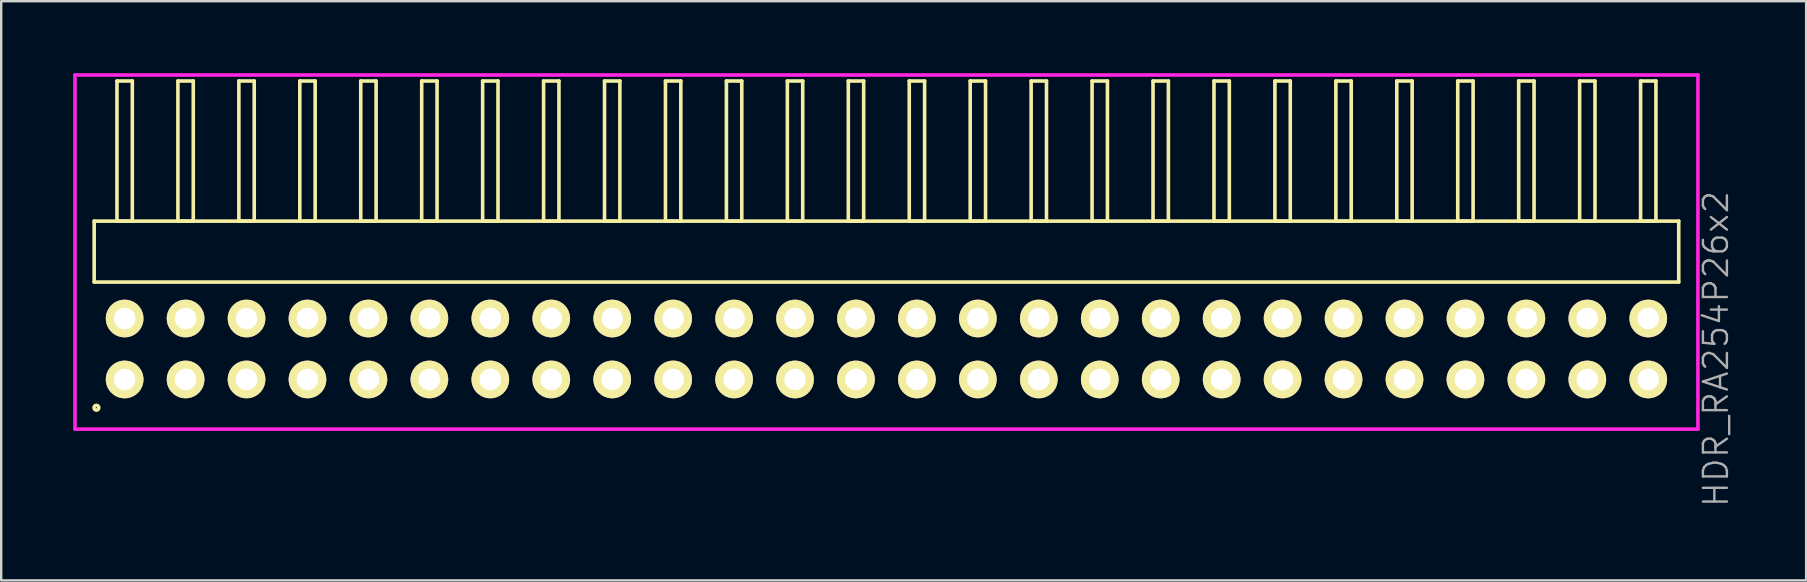
<source format=kicad_pcb>
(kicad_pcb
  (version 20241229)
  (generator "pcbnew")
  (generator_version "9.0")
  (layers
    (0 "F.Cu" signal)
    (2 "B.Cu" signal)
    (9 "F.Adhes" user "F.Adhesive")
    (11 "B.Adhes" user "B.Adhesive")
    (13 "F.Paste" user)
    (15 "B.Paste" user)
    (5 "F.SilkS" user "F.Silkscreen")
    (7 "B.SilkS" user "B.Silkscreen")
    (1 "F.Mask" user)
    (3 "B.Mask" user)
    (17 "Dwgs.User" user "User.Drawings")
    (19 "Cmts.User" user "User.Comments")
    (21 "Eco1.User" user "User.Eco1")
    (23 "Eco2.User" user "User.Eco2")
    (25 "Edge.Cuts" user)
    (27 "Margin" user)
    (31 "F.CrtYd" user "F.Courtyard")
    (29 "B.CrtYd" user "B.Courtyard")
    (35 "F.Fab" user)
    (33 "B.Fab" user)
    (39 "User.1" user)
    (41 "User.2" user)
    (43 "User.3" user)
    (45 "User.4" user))
  (footprint "HDR_RA254P26x2"
    (layer "F.Cu")
    (at 33.895 11.495)
    (property "Reference" "HDR_RA254P26x2" (at 34.57 0 90) (layer "F.Fab") (effects (font (size 1 1) (thickness 0.1))))
    (attr through_hole)
    (fp_line (start -33.02 -5.33) (end -33.02 -2.79) (stroke (width 0.15) (type solid)) (layer "F.SilkS"))
    (fp_line (start -33.02 -2.79) (end 33.02 -2.79) (stroke (width 0.15) (type solid)) (layer "F.SilkS"))
    (fp_line (start -32.07 -11.17) (end -32.07 -5.33) (stroke (width 0.15) (type solid)) (layer "F.SilkS"))
    (fp_line (start -32.07 -5.33) (end -31.43 -5.33) (stroke (width 0.15) (type solid)) (layer "F.SilkS"))
    (fp_line (start -31.43 -11.17) (end -32.07 -11.17) (stroke (width 0.15) (type solid)) (layer "F.SilkS"))
    (fp_line (start -31.43 -5.33) (end -31.43 -11.17) (stroke (width 0.15) (type solid)) (layer "F.SilkS"))
    (fp_line (start -29.53 -11.17) (end -29.53 -5.33) (stroke (width 0.15) (type solid)) (layer "F.SilkS"))
    (fp_line (start -29.53 -5.33) (end -28.89 -5.33) (stroke (width 0.15) (type solid)) (layer "F.SilkS"))
    (fp_line (start -28.89 -11.17) (end -29.53 -11.17) (stroke (width 0.15) (type solid)) (layer "F.SilkS"))
    (fp_line (start -28.89 -5.33) (end -28.89 -11.17) (stroke (width 0.15) (type solid)) (layer "F.SilkS"))
    (fp_line (start -26.99 -11.17) (end -26.99 -5.33) (stroke (width 0.15) (type solid)) (layer "F.SilkS"))
    (fp_line (start -26.99 -5.33) (end -26.35 -5.33) (stroke (width 0.15) (type solid)) (layer "F.SilkS"))
    (fp_line (start -26.35 -11.17) (end -26.99 -11.17) (stroke (width 0.15) (type solid)) (layer "F.SilkS"))
    (fp_line (start -26.35 -5.33) (end -26.35 -11.17) (stroke (width 0.15) (type solid)) (layer "F.SilkS"))
    (fp_line (start -24.45 -11.17) (end -24.45 -5.33) (stroke (width 0.15) (type solid)) (layer "F.SilkS"))
    (fp_line (start -24.45 -5.33) (end -23.81 -5.33) (stroke (width 0.15) (type solid)) (layer "F.SilkS"))
    (fp_line (start -23.81 -11.17) (end -24.45 -11.17) (stroke (width 0.15) (type solid)) (layer "F.SilkS"))
    (fp_line (start -23.81 -5.33) (end -23.81 -11.17) (stroke (width 0.15) (type solid)) (layer "F.SilkS"))
    (fp_line (start -21.91 -11.17) (end -21.91 -5.33) (stroke (width 0.15) (type solid)) (layer "F.SilkS"))
    (fp_line (start -21.91 -5.33) (end -21.27 -5.33) (stroke (width 0.15) (type solid)) (layer "F.SilkS"))
    (fp_line (start -21.27 -11.17) (end -21.91 -11.17) (stroke (width 0.15) (type solid)) (layer "F.SilkS"))
    (fp_line (start -21.27 -5.33) (end -21.27 -11.17) (stroke (width 0.15) (type solid)) (layer "F.SilkS"))
    (fp_line (start -19.37 -11.17) (end -19.37 -5.33) (stroke (width 0.15) (type solid)) (layer "F.SilkS"))
    (fp_line (start -19.37 -5.33) (end -18.73 -5.33) (stroke (width 0.15) (type solid)) (layer "F.SilkS"))
    (fp_line (start -18.73 -11.17) (end -19.37 -11.17) (stroke (width 0.15) (type solid)) (layer "F.SilkS"))
    (fp_line (start -18.73 -5.33) (end -18.73 -11.17) (stroke (width 0.15) (type solid)) (layer "F.SilkS"))
    (fp_line (start -16.83 -11.17) (end -16.83 -5.33) (stroke (width 0.15) (type solid)) (layer "F.SilkS"))
    (fp_line (start -16.83 -5.33) (end -16.19 -5.33) (stroke (width 0.15) (type solid)) (layer "F.SilkS"))
    (fp_line (start -16.19 -11.17) (end -16.83 -11.17) (stroke (width 0.15) (type solid)) (layer "F.SilkS"))
    (fp_line (start -16.19 -5.33) (end -16.19 -11.17) (stroke (width 0.15) (type solid)) (layer "F.SilkS"))
    (fp_line (start -14.29 -11.17) (end -14.29 -5.33) (stroke (width 0.15) (type solid)) (layer "F.SilkS"))
    (fp_line (start -14.29 -5.33) (end -13.65 -5.33) (stroke (width 0.15) (type solid)) (layer "F.SilkS"))
    (fp_line (start -13.65 -11.17) (end -14.29 -11.17) (stroke (width 0.15) (type solid)) (layer "F.SilkS"))
    (fp_line (start -13.65 -5.33) (end -13.65 -11.17) (stroke (width 0.15) (type solid)) (layer "F.SilkS"))
    (fp_line (start -11.75 -11.17) (end -11.75 -5.33) (stroke (width 0.15) (type solid)) (layer "F.SilkS"))
    (fp_line (start -11.75 -5.33) (end -11.11 -5.33) (stroke (width 0.15) (type solid)) (layer "F.SilkS"))
    (fp_line (start -11.11 -11.17) (end -11.75 -11.17) (stroke (width 0.15) (type solid)) (layer "F.SilkS"))
    (fp_line (start -11.11 -5.33) (end -11.11 -11.17) (stroke (width 0.15) (type solid)) (layer "F.SilkS"))
    (fp_line (start -9.21 -11.17) (end -9.21 -5.33) (stroke (width 0.15) (type solid)) (layer "F.SilkS"))
    (fp_line (start -9.21 -5.33) (end -8.57 -5.33) (stroke (width 0.15) (type solid)) (layer "F.SilkS"))
    (fp_line (start -8.57 -11.17) (end -9.21 -11.17) (stroke (width 0.15) (type solid)) (layer "F.SilkS"))
    (fp_line (start -8.57 -5.33) (end -8.57 -11.17) (stroke (width 0.15) (type solid)) (layer "F.SilkS"))
    (fp_line (start -6.67 -11.17) (end -6.67 -5.33) (stroke (width 0.15) (type solid)) (layer "F.SilkS"))
    (fp_line (start -6.67 -5.33) (end -6.03 -5.33) (stroke (width 0.15) (type solid)) (layer "F.SilkS"))
    (fp_line (start -6.03 -11.17) (end -6.67 -11.17) (stroke (width 0.15) (type solid)) (layer "F.SilkS"))
    (fp_line (start -6.03 -5.33) (end -6.03 -11.17) (stroke (width 0.15) (type solid)) (layer "F.SilkS"))
    (fp_line (start -4.13 -11.17) (end -4.13 -5.33) (stroke (width 0.15) (type solid)) (layer "F.SilkS"))
    (fp_line (start -4.13 -5.33) (end -3.49 -5.33) (stroke (width 0.15) (type solid)) (layer "F.SilkS"))
    (fp_line (start -3.49 -11.17) (end -4.13 -11.17) (stroke (width 0.15) (type solid)) (layer "F.SilkS"))
    (fp_line (start -3.49 -5.33) (end -3.49 -11.17) (stroke (width 0.15) (type solid)) (layer "F.SilkS"))
    (fp_line (start -1.59 -11.17) (end -1.59 -5.33) (stroke (width 0.15) (type solid)) (layer "F.SilkS"))
    (fp_line (start -1.59 -5.33) (end -0.95 -5.33) (stroke (width 0.15) (type solid)) (layer "F.SilkS"))
    (fp_line (start -0.95 -11.17) (end -1.59 -11.17) (stroke (width 0.15) (type solid)) (layer "F.SilkS"))
    (fp_line (start -0.95 -5.33) (end -0.95 -11.17) (stroke (width 0.15) (type solid)) (layer "F.SilkS"))
    (fp_line (start 0.95 -11.17) (end 0.95 -5.33) (stroke (width 0.15) (type solid)) (layer "F.SilkS"))
    (fp_line (start 0.95 -5.33) (end 1.59 -5.33) (stroke (width 0.15) (type solid)) (layer "F.SilkS"))
    (fp_line (start 1.59 -11.17) (end 0.95 -11.17) (stroke (width 0.15) (type solid)) (layer "F.SilkS"))
    (fp_line (start 1.59 -5.33) (end 1.59 -11.17) (stroke (width 0.15) (type solid)) (layer "F.SilkS"))
    (fp_line (start 3.49 -11.17) (end 3.49 -5.33) (stroke (width 0.15) (type solid)) (layer "F.SilkS"))
    (fp_line (start 3.49 -5.33) (end 4.13 -5.33) (stroke (width 0.15) (type solid)) (layer "F.SilkS"))
    (fp_line (start 4.13 -11.17) (end 3.49 -11.17) (stroke (width 0.15) (type solid)) (layer "F.SilkS"))
    (fp_line (start 4.13 -5.33) (end 4.13 -11.17) (stroke (width 0.15) (type solid)) (layer "F.SilkS"))
    (fp_line (start 6.03 -11.17) (end 6.03 -5.33) (stroke (width 0.15) (type solid)) (layer "F.SilkS"))
    (fp_line (start 6.03 -5.33) (end 6.67 -5.33) (stroke (width 0.15) (type solid)) (layer "F.SilkS"))
    (fp_line (start 6.67 -11.17) (end 6.03 -11.17) (stroke (width 0.15) (type solid)) (layer "F.SilkS"))
    (fp_line (start 6.67 -5.33) (end 6.67 -11.17) (stroke (width 0.15) (type solid)) (layer "F.SilkS"))
    (fp_line (start 8.57 -11.17) (end 8.57 -5.33) (stroke (width 0.15) (type solid)) (layer "F.SilkS"))
    (fp_line (start 8.57 -5.33) (end 9.21 -5.33) (stroke (width 0.15) (type solid)) (layer "F.SilkS"))
    (fp_line (start 9.21 -11.17) (end 8.57 -11.17) (stroke (width 0.15) (type solid)) (layer "F.SilkS"))
    (fp_line (start 9.21 -5.33) (end 9.21 -11.17) (stroke (width 0.15) (type solid)) (layer "F.SilkS"))
    (fp_line (start 11.11 -11.17) (end 11.11 -5.33) (stroke (width 0.15) (type solid)) (layer "F.SilkS"))
    (fp_line (start 11.11 -5.33) (end 11.75 -5.33) (stroke (width 0.15) (type solid)) (layer "F.SilkS"))
    (fp_line (start 11.75 -11.17) (end 11.11 -11.17) (stroke (width 0.15) (type solid)) (layer "F.SilkS"))
    (fp_line (start 11.75 -5.33) (end 11.75 -11.17) (stroke (width 0.15) (type solid)) (layer "F.SilkS"))
    (fp_line (start 13.65 -11.17) (end 13.65 -5.33) (stroke (width 0.15) (type solid)) (layer "F.SilkS"))
    (fp_line (start 13.65 -5.33) (end 14.29 -5.33) (stroke (width 0.15) (type solid)) (layer "F.SilkS"))
    (fp_line (start 14.29 -11.17) (end 13.65 -11.17) (stroke (width 0.15) (type solid)) (layer "F.SilkS"))
    (fp_line (start 14.29 -5.33) (end 14.29 -11.17) (stroke (width 0.15) (type solid)) (layer "F.SilkS"))
    (fp_line (start 16.19 -11.17) (end 16.19 -5.33) (stroke (width 0.15) (type solid)) (layer "F.SilkS"))
    (fp_line (start 16.19 -5.33) (end 16.83 -5.33) (stroke (width 0.15) (type solid)) (layer "F.SilkS"))
    (fp_line (start 16.83 -11.17) (end 16.19 -11.17) (stroke (width 0.15) (type solid)) (layer "F.SilkS"))
    (fp_line (start 16.83 -5.33) (end 16.83 -11.17) (stroke (width 0.15) (type solid)) (layer "F.SilkS"))
    (fp_line (start 18.73 -11.17) (end 18.73 -5.33) (stroke (width 0.15) (type solid)) (layer "F.SilkS"))
    (fp_line (start 18.73 -5.33) (end 19.37 -5.33) (stroke (width 0.15) (type solid)) (layer "F.SilkS"))
    (fp_line (start 19.37 -11.17) (end 18.73 -11.17) (stroke (width 0.15) (type solid)) (layer "F.SilkS"))
    (fp_line (start 19.37 -5.33) (end 19.37 -11.17) (stroke (width 0.15) (type solid)) (layer "F.SilkS"))
    (fp_line (start 21.27 -11.17) (end 21.27 -5.33) (stroke (width 0.15) (type solid)) (layer "F.SilkS"))
    (fp_line (start 21.27 -5.33) (end 21.91 -5.33) (stroke (width 0.15) (type solid)) (layer "F.SilkS"))
    (fp_line (start 21.91 -11.17) (end 21.27 -11.17) (stroke (width 0.15) (type solid)) (layer "F.SilkS"))
    (fp_line (start 21.91 -5.33) (end 21.91 -11.17) (stroke (width 0.15) (type solid)) (layer "F.SilkS"))
    (fp_line (start 23.81 -11.17) (end 23.81 -5.33) (stroke (width 0.15) (type solid)) (layer "F.SilkS"))
    (fp_line (start 23.81 -5.33) (end 24.45 -5.33) (stroke (width 0.15) (type solid)) (layer "F.SilkS"))
    (fp_line (start 24.45 -11.17) (end 23.81 -11.17) (stroke (width 0.15) (type solid)) (layer "F.SilkS"))
    (fp_line (start 24.45 -5.33) (end 24.45 -11.17) (stroke (width 0.15) (type solid)) (layer "F.SilkS"))
    (fp_line (start 26.35 -11.17) (end 26.35 -5.33) (stroke (width 0.15) (type solid)) (layer "F.SilkS"))
    (fp_line (start 26.35 -5.33) (end 26.99 -5.33) (stroke (width 0.15) (type solid)) (layer "F.SilkS"))
    (fp_line (start 26.99 -11.17) (end 26.35 -11.17) (stroke (width 0.15) (type solid)) (layer "F.SilkS"))
    (fp_line (start 26.99 -5.33) (end 26.99 -11.17) (stroke (width 0.15) (type solid)) (layer "F.SilkS"))
    (fp_line (start 28.89 -11.17) (end 28.89 -5.33) (stroke (width 0.15) (type solid)) (layer "F.SilkS"))
    (fp_line (start 28.89 -5.33) (end 29.53 -5.33) (stroke (width 0.15) (type solid)) (layer "F.SilkS"))
    (fp_line (start 29.53 -11.17) (end 28.89 -11.17) (stroke (width 0.15) (type solid)) (layer "F.SilkS"))
    (fp_line (start 29.53 -5.33) (end 29.53 -11.17) (stroke (width 0.15) (type solid)) (layer "F.SilkS"))
    (fp_line (start 31.43 -11.17) (end 31.43 -5.33) (stroke (width 0.15) (type solid)) (layer "F.SilkS"))
    (fp_line (start 31.43 -5.33) (end 32.07 -5.33) (stroke (width 0.15) (type solid)) (layer "F.SilkS"))
    (fp_line (start 32.07 -11.17) (end 31.43 -11.17) (stroke (width 0.15) (type solid)) (layer "F.SilkS"))
    (fp_line (start 32.07 -5.33) (end 32.07 -11.17) (stroke (width 0.15) (type solid)) (layer "F.SilkS"))
    (fp_line (start 33.02 -5.33) (end -33.02 -5.33) (stroke (width 0.15) (type solid)) (layer "F.SilkS"))
    (fp_line (start 33.02 -2.79) (end 33.02 -5.33) (stroke (width 0.15) (type solid)) (layer "F.SilkS"))
    (fp_circle (center -32.927 2.448) (end -32.827 2.448) (stroke (width 0.15) (type solid)) (fill no) (layer "F.SilkS"))
    (fp_line (start -33.82 -11.42) (end -33.82 3.34) (stroke (width 0.15) (type solid)) (layer "F.CrtYd"))
    (fp_line (start -33.82 3.34) (end 33.82 3.34) (stroke (width 0.15) (type solid)) (layer "F.CrtYd"))
    (fp_line (start 33.82 -11.42) (end -33.82 -11.42) (stroke (width 0.15) (type solid)) (layer "F.CrtYd"))
    (fp_line (start 33.82 3.34) (end 33.82 -11.42) (stroke (width 0.15) (type solid)) (layer "F.CrtYd"))
    (pad "1" thru_hole oval (at -31.75 1.27) (size 1.57 1.57) (drill 0.9) (layers "*.Cu" "*.Mask" "F.SilkS"))
    (pad "2" thru_hole oval (at -31.75 -1.27) (size 1.57 1.57) (drill 0.9) (layers "*.Cu" "*.Mask" "F.SilkS"))
    (pad "3" thru_hole oval (at -29.21 1.27) (size 1.57 1.57) (drill 0.9) (layers "*.Cu" "*.Mask" "F.SilkS"))
    (pad "4" thru_hole oval (at -29.21 -1.27) (size 1.57 1.57) (drill 0.9) (layers "*.Cu" "*.Mask" "F.SilkS"))
    (pad "5" thru_hole oval (at -26.67 1.27) (size 1.57 1.57) (drill 0.9) (layers "*.Cu" "*.Mask" "F.SilkS"))
    (pad "6" thru_hole oval (at -26.67 -1.27) (size 1.57 1.57) (drill 0.9) (layers "*.Cu" "*.Mask" "F.SilkS"))
    (pad "7" thru_hole oval (at -24.13 1.27) (size 1.57 1.57) (drill 0.9) (layers "*.Cu" "*.Mask" "F.SilkS"))
    (pad "8" thru_hole oval (at -24.13 -1.27) (size 1.57 1.57) (drill 0.9) (layers "*.Cu" "*.Mask" "F.SilkS"))
    (pad "9" thru_hole oval (at -21.59 1.27) (size 1.57 1.57) (drill 0.9) (layers "*.Cu" "*.Mask" "F.SilkS"))
    (pad "10" thru_hole oval (at -21.59 -1.27) (size 1.57 1.57) (drill 0.9) (layers "*.Cu" "*.Mask" "F.SilkS"))
    (pad "11" thru_hole oval (at -19.05 1.27) (size 1.57 1.57) (drill 0.9) (layers "*.Cu" "*.Mask" "F.SilkS"))
    (pad "12" thru_hole oval (at -19.05 -1.27) (size 1.57 1.57) (drill 0.9) (layers "*.Cu" "*.Mask" "F.SilkS"))
    (pad "13" thru_hole oval (at -16.51 1.27) (size 1.57 1.57) (drill 0.9) (layers "*.Cu" "*.Mask" "F.SilkS"))
    (pad "14" thru_hole oval (at -16.51 -1.27) (size 1.57 1.57) (drill 0.9) (layers "*.Cu" "*.Mask" "F.SilkS"))
    (pad "15" thru_hole oval (at -13.97 1.27) (size 1.57 1.57) (drill 0.9) (layers "*.Cu" "*.Mask" "F.SilkS"))
    (pad "16" thru_hole oval (at -13.97 -1.27) (size 1.57 1.57) (drill 0.9) (layers "*.Cu" "*.Mask" "F.SilkS"))
    (pad "17" thru_hole oval (at -11.43 1.27) (size 1.57 1.57) (drill 0.9) (layers "*.Cu" "*.Mask" "F.SilkS"))
    (pad "18" thru_hole oval (at -11.43 -1.27) (size 1.57 1.57) (drill 0.9) (layers "*.Cu" "*.Mask" "F.SilkS"))
    (pad "19" thru_hole oval (at -8.89 1.27) (size 1.57 1.57) (drill 0.9) (layers "*.Cu" "*.Mask" "F.SilkS"))
    (pad "20" thru_hole oval (at -8.89 -1.27) (size 1.57 1.57) (drill 0.9) (layers "*.Cu" "*.Mask" "F.SilkS"))
    (pad "21" thru_hole oval (at -6.35 1.27) (size 1.57 1.57) (drill 0.9) (layers "*.Cu" "*.Mask" "F.SilkS"))
    (pad "22" thru_hole oval (at -6.35 -1.27) (size 1.57 1.57) (drill 0.9) (layers "*.Cu" "*.Mask" "F.SilkS"))
    (pad "23" thru_hole oval (at -3.81 1.27) (size 1.57 1.57) (drill 0.9) (layers "*.Cu" "*.Mask" "F.SilkS"))
    (pad "24" thru_hole oval (at -3.81 -1.27) (size 1.57 1.57) (drill 0.9) (layers "*.Cu" "*.Mask" "F.SilkS"))
    (pad "25" thru_hole oval (at -1.27 1.27) (size 1.57 1.57) (drill 0.9) (layers "*.Cu" "*.Mask" "F.SilkS"))
    (pad "26" thru_hole oval (at -1.27 -1.27) (size 1.57 1.57) (drill 0.9) (layers "*.Cu" "*.Mask" "F.SilkS"))
    (pad "27" thru_hole oval (at 1.27 1.27) (size 1.57 1.57) (drill 0.9) (layers "*.Cu" "*.Mask" "F.SilkS"))
    (pad "28" thru_hole oval (at 1.27 -1.27) (size 1.57 1.57) (drill 0.9) (layers "*.Cu" "*.Mask" "F.SilkS"))
    (pad "29" thru_hole oval (at 3.81 1.27) (size 1.57 1.57) (drill 0.9) (layers "*.Cu" "*.Mask" "F.SilkS"))
    (pad "30" thru_hole oval (at 3.81 -1.27) (size 1.57 1.57) (drill 0.9) (layers "*.Cu" "*.Mask" "F.SilkS"))
    (pad "31" thru_hole oval (at 6.35 1.27) (size 1.57 1.57) (drill 0.9) (layers "*.Cu" "*.Mask" "F.SilkS"))
    (pad "32" thru_hole oval (at 6.35 -1.27) (size 1.57 1.57) (drill 0.9) (layers "*.Cu" "*.Mask" "F.SilkS"))
    (pad "33" thru_hole oval (at 8.89 1.27) (size 1.57 1.57) (drill 0.9) (layers "*.Cu" "*.Mask" "F.SilkS"))
    (pad "34" thru_hole oval (at 8.89 -1.27) (size 1.57 1.57) (drill 0.9) (layers "*.Cu" "*.Mask" "F.SilkS"))
    (pad "35" thru_hole oval (at 11.43 1.27) (size 1.57 1.57) (drill 0.9) (layers "*.Cu" "*.Mask" "F.SilkS"))
    (pad "36" thru_hole oval (at 11.43 -1.27) (size 1.57 1.57) (drill 0.9) (layers "*.Cu" "*.Mask" "F.SilkS"))
    (pad "37" thru_hole oval (at 13.97 1.27) (size 1.57 1.57) (drill 0.9) (layers "*.Cu" "*.Mask" "F.SilkS"))
    (pad "38" thru_hole oval (at 13.97 -1.27) (size 1.57 1.57) (drill 0.9) (layers "*.Cu" "*.Mask" "F.SilkS"))
    (pad "39" thru_hole oval (at 16.51 1.27) (size 1.57 1.57) (drill 0.9) (layers "*.Cu" "*.Mask" "F.SilkS"))
    (pad "40" thru_hole oval (at 16.51 -1.27) (size 1.57 1.57) (drill 0.9) (layers "*.Cu" "*.Mask" "F.SilkS"))
    (pad "41" thru_hole oval (at 19.05 1.27) (size 1.57 1.57) (drill 0.9) (layers "*.Cu" "*.Mask" "F.SilkS"))
    (pad "42" thru_hole oval (at 19.05 -1.27) (size 1.57 1.57) (drill 0.9) (layers "*.Cu" "*.Mask" "F.SilkS"))
    (pad "43" thru_hole oval (at 21.59 1.27) (size 1.57 1.57) (drill 0.9) (layers "*.Cu" "*.Mask" "F.SilkS"))
    (pad "44" thru_hole oval (at 21.59 -1.27) (size 1.57 1.57) (drill 0.9) (layers "*.Cu" "*.Mask" "F.SilkS"))
    (pad "45" thru_hole oval (at 24.13 1.27) (size 1.57 1.57) (drill 0.9) (layers "*.Cu" "*.Mask" "F.SilkS"))
    (pad "46" thru_hole oval (at 24.13 -1.27) (size 1.57 1.57) (drill 0.9) (layers "*.Cu" "*.Mask" "F.SilkS"))
    (pad "47" thru_hole oval (at 26.67 1.27) (size 1.57 1.57) (drill 0.9) (layers "*.Cu" "*.Mask" "F.SilkS"))
    (pad "48" thru_hole oval (at 26.67 -1.27) (size 1.57 1.57) (drill 0.9) (layers "*.Cu" "*.Mask" "F.SilkS"))
    (pad "49" thru_hole oval (at 29.21 1.27) (size 1.57 1.57) (drill 0.9) (layers "*.Cu" "*.Mask" "F.SilkS"))
    (pad "50" thru_hole oval (at 29.21 -1.27) (size 1.57 1.57) (drill 0.9) (layers "*.Cu" "*.Mask" "F.SilkS"))
    (pad "51" thru_hole oval (at 31.75 1.27) (size 1.57 1.57) (drill 0.9) (layers "*.Cu" "*.Mask" "F.SilkS"))
    (pad "52" thru_hole oval (at 31.75 -1.27) (size 1.57 1.57) (drill 0.9) (layers "*.Cu" "*.Mask" "F.SilkS")))
  (gr_rect
    (start -3 -3)
    (end 72.225 21.14)
    (stroke (width 0.1) (type default))
    (fill no)
    (layer "Edge.Cuts")))
</source>
